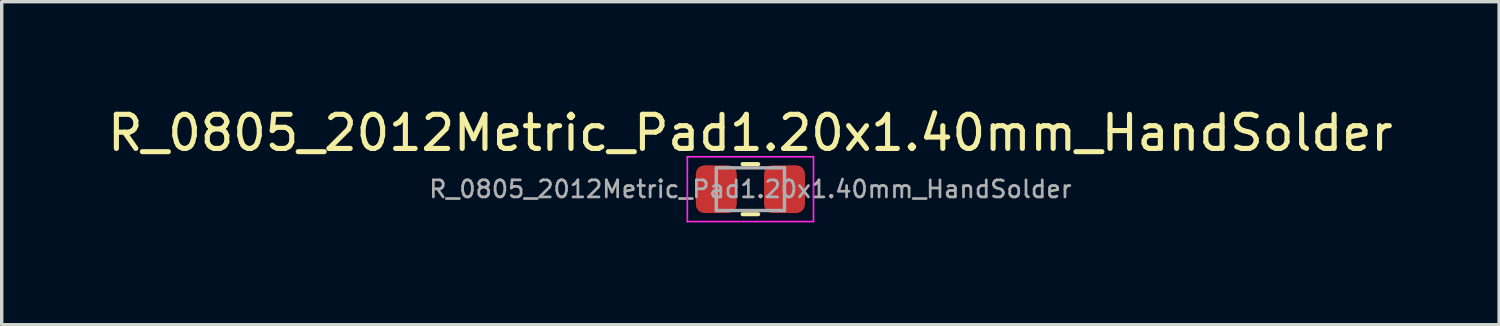
<source format=kicad_pcb>
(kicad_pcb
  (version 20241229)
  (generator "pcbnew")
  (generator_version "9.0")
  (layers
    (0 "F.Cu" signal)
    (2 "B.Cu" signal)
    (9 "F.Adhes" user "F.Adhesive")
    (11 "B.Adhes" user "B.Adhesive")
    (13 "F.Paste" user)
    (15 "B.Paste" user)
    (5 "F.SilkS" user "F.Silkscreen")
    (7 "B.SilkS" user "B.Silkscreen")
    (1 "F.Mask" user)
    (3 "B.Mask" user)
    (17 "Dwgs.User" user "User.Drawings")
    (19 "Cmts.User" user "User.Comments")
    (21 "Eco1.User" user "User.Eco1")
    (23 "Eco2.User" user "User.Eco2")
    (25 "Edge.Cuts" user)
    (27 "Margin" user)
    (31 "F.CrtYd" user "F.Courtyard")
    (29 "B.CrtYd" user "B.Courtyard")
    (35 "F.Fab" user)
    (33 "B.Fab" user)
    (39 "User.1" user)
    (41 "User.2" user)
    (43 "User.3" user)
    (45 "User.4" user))
  (footprint "R_0805_2012Metric_Pad1.20x1.40mm_HandSolder"
    (layer "F.Cu")
    (at 18.958 2.498)
    (property "Reference" "R_0805_2012Metric_Pad1.20x1.40mm_HandSolder" (at 0 -1.65 0) (layer "F.SilkS") (effects (font (size 1 1) (thickness 0.15))))
    (attr smd)
    (fp_line (start -0.227 -0.735) (end 0.227 -0.735) (stroke (width 0.12) (type solid)) (layer "F.SilkS"))
    (fp_line (start -0.227 0.735) (end 0.227 0.735) (stroke (width 0.12) (type solid)) (layer "F.SilkS"))
    (fp_line (start -1.85 -0.95) (end 1.85 -0.95) (stroke (width 0.05) (type solid)) (layer "F.CrtYd"))
    (fp_line (start -1.85 0.95) (end -1.85 -0.95) (stroke (width 0.05) (type solid)) (layer "F.CrtYd"))
    (fp_line (start 1.85 -0.95) (end 1.85 0.95) (stroke (width 0.05) (type solid)) (layer "F.CrtYd"))
    (fp_line (start 1.85 0.95) (end -1.85 0.95) (stroke (width 0.05) (type solid)) (layer "F.CrtYd"))
    (fp_line (start -1 -0.625) (end 1 -0.625) (stroke (width 0.1) (type solid)) (layer "F.Fab"))
    (fp_line (start -1 0.625) (end -1 -0.625) (stroke (width 0.1) (type solid)) (layer "F.Fab"))
    (fp_line (start 1 -0.625) (end 1 0.625) (stroke (width 0.1) (type solid)) (layer "F.Fab"))
    (fp_line (start 1 0.625) (end -1 0.625) (stroke (width 0.1) (type solid)) (layer "F.Fab"))
    (fp_text user "${REFERENCE}" (at 0 0 0) (layer "F.Fab") (effects (font (size 0.5 0.5) (thickness 0.08))))
    (pad "1" smd roundrect (at -1 0) (size 1.2 1.4) (layers "F.Cu" "F.Mask" "F.Paste") (roundrect_rratio 0.208))
    (pad "2" smd roundrect (at 1 0) (size 1.2 1.4) (layers "F.Cu" "F.Mask" "F.Paste") (roundrect_rratio 0.208)))
  (gr_rect
    (start -3 -3)
    (end 40.917 6.473)
    (stroke (width 0.1) (type default))
    (fill no)
    (layer "Edge.Cuts")))
</source>
